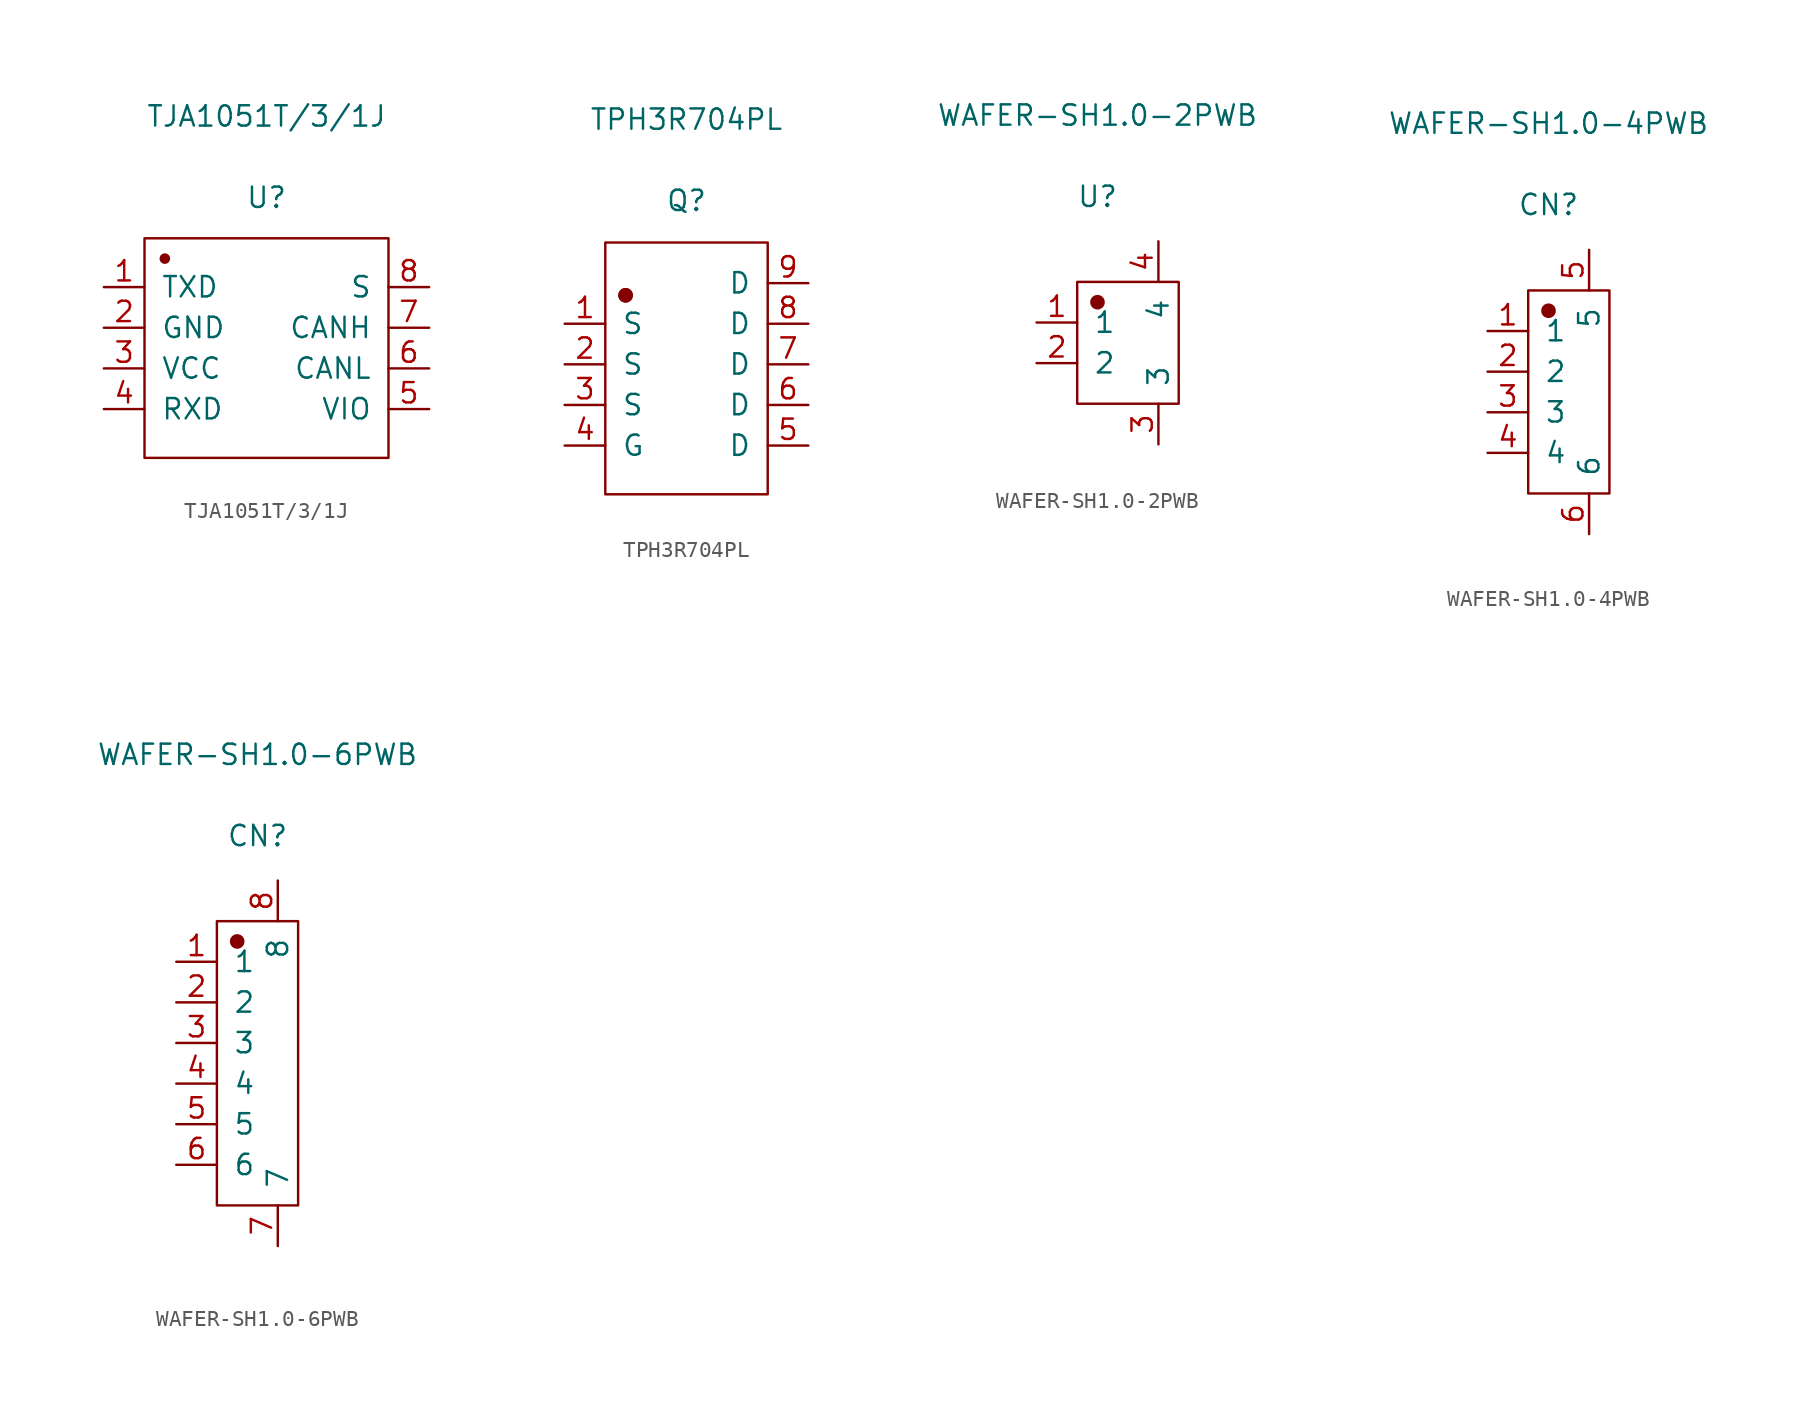
<source format=kicad_sym>
(kicad_symbol_lib
  (version 20241209)
  (generator "kicad_symbol_editor")
  (generator_version "9.0")
  (symbol "TJA1051T/3/1J"
    (pin_names
      (offset 1.016))
    (property "Reference" "U"
      (at 0 9.398 0)
      (effects (font (size 1.27 1.27))))
    (property "Value" "TJA1051T/3/1J"
      (at 0 14.478 0)
      (effects (font (size 1.27 1.27))))
    (symbol "TJA1051T/3/1J_1_1"
      (rectangle (start -7.62 6.858) (end 7.62 -6.858) (stroke (width 0.152) (type solid)) (fill (type none)))
      (circle (center -6.35 5.588) (radius 0.254) (stroke (width 0.152) (type solid)) (fill (type outline)))
      (pin output line (at -10.16 3.81 0) (length 2.54) (name "TXD" (effects (font (size 1.27 1.27)))) (number "1" (effects (font (size 1.27 1.27)))))
      (pin power_in line (at -10.16 1.27 0) (length 2.54) (name "GND" (effects (font (size 1.27 1.27)))) (number "2" (effects (font (size 1.27 1.27)))))
      (pin power_in line (at -10.16 -1.27 0) (length 2.54) (name "VCC" (effects (font (size 1.27 1.27)))) (number "3" (effects (font (size 1.27 1.27)))))
      (pin input line (at -10.16 -3.81 0) (length 2.54) (name "RXD" (effects (font (size 1.27 1.27)))) (number "4" (effects (font (size 1.27 1.27)))))
      (pin input line (at 10.16 3.81 180) (length 2.54) (name "S" (effects (font (size 1.27 1.27)))) (number "8" (effects (font (size 1.27 1.27)))))
      (pin bidirectional line (at 10.16 1.27 180) (length 2.54) (name "CANH" (effects (font (size 1.27 1.27)))) (number "7" (effects (font (size 1.27 1.27)))))
      (pin bidirectional line (at 10.16 -1.27 180) (length 2.54) (name "CANL" (effects (font (size 1.27 1.27)))) (number "6" (effects (font (size 1.27 1.27)))))
      (pin power_in line (at 10.16 -3.81 180) (length 2.54) (name "VIO" (effects (font (size 1.27 1.27)))) (number "5" (effects (font (size 1.27 1.27)))))))
  (symbol "TPH3R704PL"
    (pin_names
      (offset 1.016))
    (property "Reference" "Q"
      (at 0 11.506 0)
      (effects (font (size 1.27 1.27))))
    (property "Value" "TPH3R704PL"
      (at 0 16.586 0)
      (effects (font (size 1.27 1.27))))
    (symbol "TPH3R704PL_1_1"
      (rectangle (start -5.08 8.89) (end 5.08 -6.858) (stroke (width 0.152) (type solid)) (fill (type none)))
      (circle (center -3.81 5.588) (radius 0.381) (stroke (width 0.152) (type solid)) (fill (type outline)))
      (circle (center -3.81 5.588) (radius 0.381) (stroke (width 0.152) (type solid)) (fill (type outline)))
      (pin passive line (at -7.62 3.81 0) (length 2.54) (name "S" (effects (font (size 1.27 1.27)))) (number "1" (effects (font (size 1.27 1.27)))))
      (pin passive line (at -7.62 1.27 0) (length 2.54) (name "S" (effects (font (size 1.27 1.27)))) (number "2" (effects (font (size 1.27 1.27)))))
      (pin passive line (at -7.62 -1.27 0) (length 2.54) (name "S" (effects (font (size 1.27 1.27)))) (number "3" (effects (font (size 1.27 1.27)))))
      (pin input line (at -7.62 -3.81 0) (length 2.54) (name "G" (effects (font (size 1.27 1.27)))) (number "4" (effects (font (size 1.27 1.27)))))
      (pin passive line (at 7.62 6.35 180) (length 2.54) (name "D" (effects (font (size 1.27 1.27)))) (number "9" (effects (font (size 1.27 1.27)))))
      (pin passive line (at 7.62 3.81 180) (length 2.54) (name "D" (effects (font (size 1.27 1.27)))) (number "8" (effects (font (size 1.27 1.27)))))
      (pin passive line (at 7.62 1.27 180) (length 2.54) (name "D" (effects (font (size 1.27 1.27)))) (number "7" (effects (font (size 1.27 1.27)))))
      (pin passive line (at 7.62 -1.27 180) (length 2.54) (name "D" (effects (font (size 1.27 1.27)))) (number "6" (effects (font (size 1.27 1.27)))))
      (pin passive line (at 7.62 -3.81 180) (length 2.54) (name "D" (effects (font (size 1.27 1.27)))) (number "5" (effects (font (size 1.27 1.27)))))))
  (symbol "WAFER-SH1.0-2PWB"
    (pin_names
      (offset 1.016))
    (property "Reference" "U"
      (at 0 9.144 0)
      (effects (font (size 1.27 1.27))))
    (property "Value" "WAFER-SH1.0-2PWB"
      (at 0 14.224 0)
      (effects (font (size 1.27 1.27))))
    (symbol "WAFER-SH1.0-2PWB_1_1"
      (rectangle (start -1.27 3.81) (end 5.08 -3.81) (stroke (width 0.152) (type solid)) (fill (type none)))
      (circle (center 0 2.54) (radius 0.381) (stroke (width 0.152) (type solid)) (fill (type outline)))
      (pin input line (at -3.81 1.27 0) (length 2.54) (name "1" (effects (font (size 1.27 1.27)))) (number "1" (effects (font (size 1.27 1.27)))))
      (pin input line (at -3.81 -1.27 0) (length 2.54) (name "2" (effects (font (size 1.27 1.27)))) (number "2" (effects (font (size 1.27 1.27)))))
      (pin input line (at 3.81 6.35 270) (length 2.54) (name "4" (effects (font (size 1.27 1.27)))) (number "4" (effects (font (size 1.27 1.27)))))
      (pin input line (at 3.81 -6.35 90) (length 2.54) (name "3" (effects (font (size 1.27 1.27)))) (number "3" (effects (font (size 1.27 1.27)))))))
  (symbol "WAFER-SH1.0-4PWB"
    (pin_names
      (offset 1.016))
    (property "Reference" "CN"
      (at 0 11.709 0)
      (effects (font (size 1.27 1.27))))
    (property "Value" "WAFER-SH1.0-4PWB"
      (at 0 16.789 0)
      (effects (font (size 1.27 1.27))))
    (symbol "WAFER-SH1.0-4PWB_1_1"
      (rectangle (start -1.27 6.35) (end 3.81 -6.35) (stroke (width 0.152) (type solid)) (fill (type none)))
      (circle (center 0 5.08) (radius 0.381) (stroke (width 0.152) (type solid)) (fill (type outline)))
      (pin input line (at -3.81 3.81 0) (length 2.54) (name "1" (effects (font (size 1.27 1.27)))) (number "1" (effects (font (size 1.27 1.27)))))
      (pin input line (at -3.81 1.27 0) (length 2.54) (name "2" (effects (font (size 1.27 1.27)))) (number "2" (effects (font (size 1.27 1.27)))))
      (pin input line (at -3.81 -1.27 0) (length 2.54) (name "3" (effects (font (size 1.27 1.27)))) (number "3" (effects (font (size 1.27 1.27)))))
      (pin input line (at -3.81 -3.81 0) (length 2.54) (name "4" (effects (font (size 1.27 1.27)))) (number "4" (effects (font (size 1.27 1.27)))))
      (pin input line (at 2.54 8.89 270) (length 2.54) (name "5" (effects (font (size 1.27 1.27)))) (number "5" (effects (font (size 1.27 1.27)))))
      (pin input line (at 2.54 -8.89 90) (length 2.54) (name "6" (effects (font (size 1.27 1.27)))) (number "6" (effects (font (size 1.27 1.27)))))))
  (symbol "WAFER-SH1.0-6PWB"
    (pin_names
      (offset 1.016))
    (property "Reference" "CN"
      (at 0 14.224 0)
      (effects (font (size 1.27 1.27))))
    (property "Value" "WAFER-SH1.0-6PWB"
      (at 0 19.304 0)
      (effects (font (size 1.27 1.27))))
    (symbol "WAFER-SH1.0-6PWB_1_1"
      (rectangle (start -2.54 8.89) (end 2.54 -8.89) (stroke (width 0.152) (type solid)) (fill (type none)))
      (circle (center -1.27 7.62) (radius 0.381) (stroke (width 0.152) (type solid)) (fill (type outline)))
      (pin input line (at -5.08 6.35 0) (length 2.54) (name "1" (effects (font (size 1.27 1.27)))) (number "1" (effects (font (size 1.27 1.27)))))
      (pin input line (at -5.08 3.81 0) (length 2.54) (name "2" (effects (font (size 1.27 1.27)))) (number "2" (effects (font (size 1.27 1.27)))))
      (pin input line (at -5.08 1.27 0) (length 2.54) (name "3" (effects (font (size 1.27 1.27)))) (number "3" (effects (font (size 1.27 1.27)))))
      (pin input line (at -5.08 -1.27 0) (length 2.54) (name "4" (effects (font (size 1.27 1.27)))) (number "4" (effects (font (size 1.27 1.27)))))
      (pin input line (at -5.08 -3.81 0) (length 2.54) (name "5" (effects (font (size 1.27 1.27)))) (number "5" (effects (font (size 1.27 1.27)))))
      (pin input line (at -5.08 -6.35 0) (length 2.54) (name "6" (effects (font (size 1.27 1.27)))) (number "6" (effects (font (size 1.27 1.27)))))
      (pin input line (at 1.27 11.43 270) (length 2.54) (name "8" (effects (font (size 1.27 1.27)))) (number "8" (effects (font (size 1.27 1.27)))))
      (pin input line (at 1.27 -11.43 90) (length 2.54) (name "7" (effects (font (size 1.27 1.27)))) (number "7" (effects (font (size 1.27 1.27))))))))
</source>
